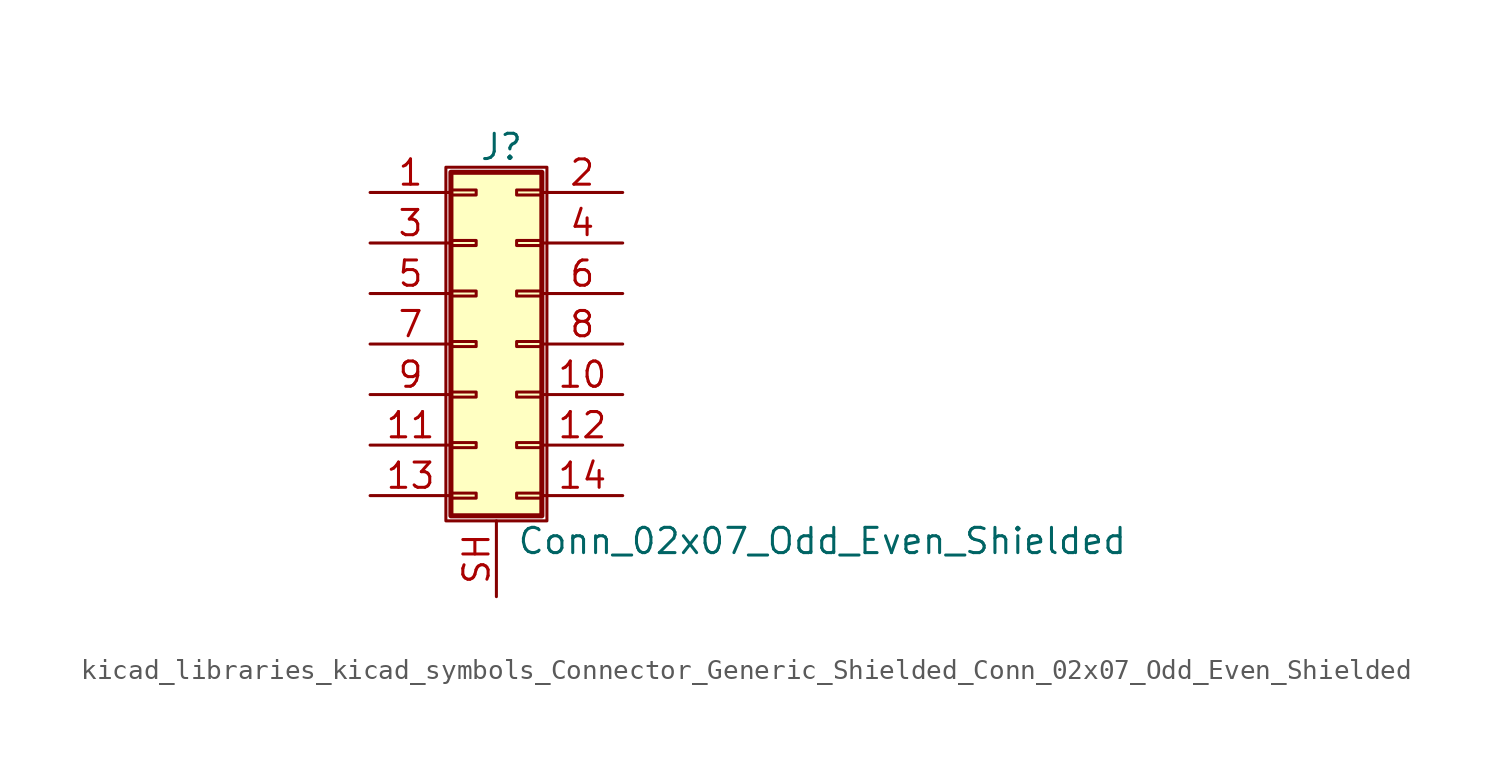
<source format=kicad_sym>
(kicad_symbol_lib
  (version 20220914)
  (generator kicad_symbol_editor)
  (symbol "kicad_libraries_kicad_symbols_Connector_Generic_Shielded_Conn_02x07_Odd_Even_Shielded"
    (pin_names
      (offset 1.016) hide)
    (property "Reference" "J"
      (at 1.524 9.906 0)
      (effects (font (size 1.27 1.27))))
    (property "Value" "Conn_02x07_Odd_Even_Shielded"
      (at 2.286 -9.906 0)
      (effects (font (size 1.27 1.27)) (justify left)))
    (symbol "kicad_libraries_kicad_symbols_Connector_Generic_Shielded_Conn_02x07_Odd_Even_Shielded_1_1"
      (rectangle (start -1.27 8.89) (end 3.81 -8.89) (stroke (width 0.152) (type default)) (fill (type none)))
      (rectangle (start -1.016 -7.493) (end 0.254 -7.747) (stroke (width 0.152) (type default)) (fill (type none)))
      (rectangle (start -1.016 -4.953) (end 0.254 -5.207) (stroke (width 0.152) (type default)) (fill (type none)))
      (rectangle (start -1.016 -2.413) (end 0.254 -2.667) (stroke (width 0.152) (type default)) (fill (type none)))
      (rectangle (start -1.016 0.127) (end 0.254 -0.127) (stroke (width 0.152) (type default)) (fill (type none)))
      (rectangle (start -1.016 2.667) (end 0.254 2.413) (stroke (width 0.152) (type default)) (fill (type none)))
      (rectangle (start -1.016 5.207) (end 0.254 4.953) (stroke (width 0.152) (type default)) (fill (type none)))
      (rectangle (start -1.016 7.747) (end 0.254 7.493) (stroke (width 0.152) (type default)) (fill (type none)))
      (rectangle (start -1.016 8.636) (end 3.556 -8.636) (stroke (width 0.254) (type default)) (fill (type background)))
      (rectangle (start 3.556 -7.493) (end 2.286 -7.747) (stroke (width 0.152) (type default)) (fill (type none)))
      (rectangle (start 3.556 -4.953) (end 2.286 -5.207) (stroke (width 0.152) (type default)) (fill (type none)))
      (rectangle (start 3.556 -2.413) (end 2.286 -2.667) (stroke (width 0.152) (type default)) (fill (type none)))
      (rectangle (start 3.556 0.127) (end 2.286 -0.127) (stroke (width 0.152) (type default)) (fill (type none)))
      (rectangle (start 3.556 2.667) (end 2.286 2.413) (stroke (width 0.152) (type default)) (fill (type none)))
      (rectangle (start 3.556 5.207) (end 2.286 4.953) (stroke (width 0.152) (type default)) (fill (type none)))
      (rectangle (start 3.556 7.747) (end 2.286 7.493) (stroke (width 0.152) (type default)) (fill (type none)))
      (pin passive line (at -5.08 7.62 0) (length 4.064) (name "Pin_1" (effects (font (size 1.27 1.27)))) (number "1" (effects (font (size 1.27 1.27)))))
      (pin passive line (at 7.62 -2.54 180) (length 4.064) (name "Pin_10" (effects (font (size 1.27 1.27)))) (number "10" (effects (font (size 1.27 1.27)))))
      (pin passive line (at -5.08 -5.08 0) (length 4.064) (name "Pin_11" (effects (font (size 1.27 1.27)))) (number "11" (effects (font (size 1.27 1.27)))))
      (pin passive line (at 7.62 -5.08 180) (length 4.064) (name "Pin_12" (effects (font (size 1.27 1.27)))) (number "12" (effects (font (size 1.27 1.27)))))
      (pin passive line (at -5.08 -7.62 0) (length 4.064) (name "Pin_13" (effects (font (size 1.27 1.27)))) (number "13" (effects (font (size 1.27 1.27)))))
      (pin passive line (at 7.62 -7.62 180) (length 4.064) (name "Pin_14" (effects (font (size 1.27 1.27)))) (number "14" (effects (font (size 1.27 1.27)))))
      (pin passive line (at 7.62 7.62 180) (length 4.064) (name "Pin_2" (effects (font (size 1.27 1.27)))) (number "2" (effects (font (size 1.27 1.27)))))
      (pin passive line (at -5.08 5.08 0) (length 4.064) (name "Pin_3" (effects (font (size 1.27 1.27)))) (number "3" (effects (font (size 1.27 1.27)))))
      (pin passive line (at 7.62 5.08 180) (length 4.064) (name "Pin_4" (effects (font (size 1.27 1.27)))) (number "4" (effects (font (size 1.27 1.27)))))
      (pin passive line (at -5.08 2.54 0) (length 4.064) (name "Pin_5" (effects (font (size 1.27 1.27)))) (number "5" (effects (font (size 1.27 1.27)))))
      (pin passive line (at 7.62 2.54 180) (length 4.064) (name "Pin_6" (effects (font (size 1.27 1.27)))) (number "6" (effects (font (size 1.27 1.27)))))
      (pin passive line (at -5.08 0 0) (length 4.064) (name "Pin_7" (effects (font (size 1.27 1.27)))) (number "7" (effects (font (size 1.27 1.27)))))
      (pin passive line (at 7.62 0 180) (length 4.064) (name "Pin_8" (effects (font (size 1.27 1.27)))) (number "8" (effects (font (size 1.27 1.27)))))
      (pin passive line (at -5.08 -2.54 0) (length 4.064) (name "Pin_9" (effects (font (size 1.27 1.27)))) (number "9" (effects (font (size 1.27 1.27)))))
      (pin passive line (at 1.27 -12.7 90) (length 3.81) (name "Shield" (effects (font (size 1.27 1.27)))) (number "SH" (effects (font (size 1.27 1.27))))))))
</source>
